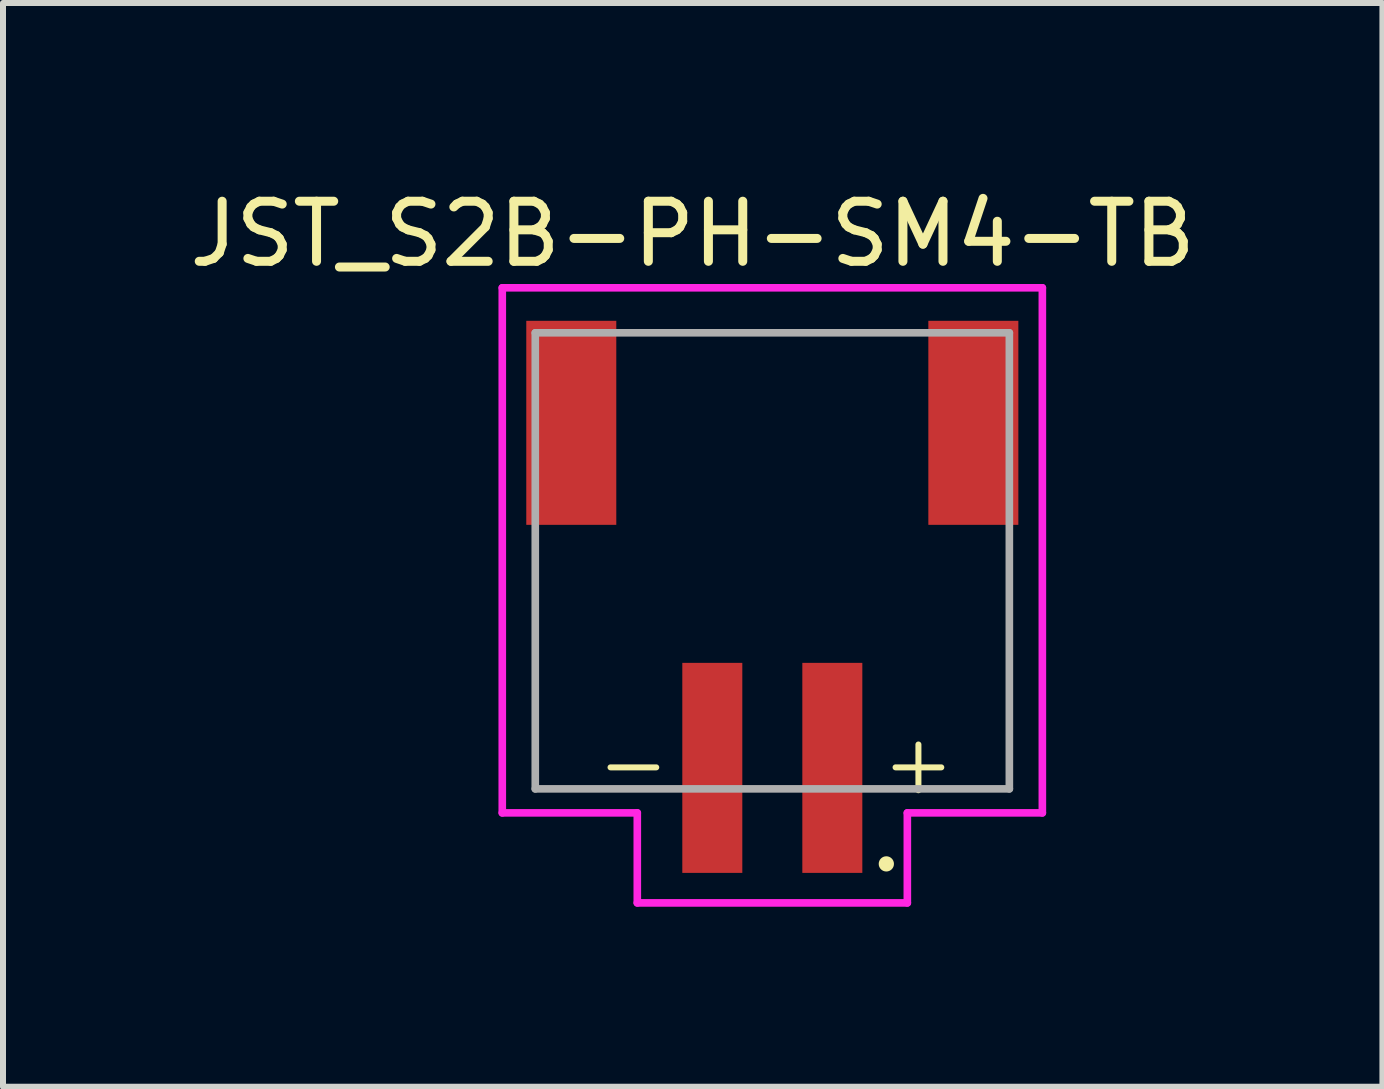
<source format=kicad_pcb>
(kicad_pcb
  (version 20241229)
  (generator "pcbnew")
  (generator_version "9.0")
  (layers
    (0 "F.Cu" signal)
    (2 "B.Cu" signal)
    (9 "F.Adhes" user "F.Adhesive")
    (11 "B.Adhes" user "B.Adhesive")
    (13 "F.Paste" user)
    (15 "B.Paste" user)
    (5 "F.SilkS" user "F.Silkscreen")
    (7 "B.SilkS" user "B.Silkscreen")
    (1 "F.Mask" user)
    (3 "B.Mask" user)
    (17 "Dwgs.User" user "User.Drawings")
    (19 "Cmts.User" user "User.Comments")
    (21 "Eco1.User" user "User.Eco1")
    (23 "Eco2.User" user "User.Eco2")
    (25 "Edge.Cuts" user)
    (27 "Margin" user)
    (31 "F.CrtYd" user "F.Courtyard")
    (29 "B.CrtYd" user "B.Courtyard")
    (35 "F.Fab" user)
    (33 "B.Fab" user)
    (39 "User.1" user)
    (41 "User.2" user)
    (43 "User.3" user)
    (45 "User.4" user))
  (footprint "JST_S2B-PH-SM4-TB"
    (layer "F.Cu")
    (at 9.82 9.746)
    (property "Reference" "JST_S2B-PH-SM4-TB" (at -1.327 -8.897 0) (layer "F.SilkS") (effects (font (size 1.001 1.001) (thickness 0.15))))
    (attr smd)
    (fp_circle (center 1.9 1.6) (end 2.027 1.6) (stroke (width 0) (type solid)) (fill yes) (layer "F.SilkS"))
    (fp_line (start -4.5 -8) (end 4.5 -8) (stroke (width 0.127) (type solid)) (layer "F.CrtYd"))
    (fp_line (start -4.5 0.75) (end -4.5 -8) (stroke (width 0.127) (type solid)) (layer "F.CrtYd"))
    (fp_line (start -2.25 0.75) (end -4.5 0.75) (stroke (width 0.127) (type solid)) (layer "F.CrtYd"))
    (fp_line (start -2.25 2.25) (end -2.25 0.75) (stroke (width 0.127) (type solid)) (layer "F.CrtYd"))
    (fp_line (start 2.25 0.75) (end 2.25 2.25) (stroke (width 0.127) (type solid)) (layer "F.CrtYd"))
    (fp_line (start 2.25 2.25) (end -2.25 2.25) (stroke (width 0.127) (type solid)) (layer "F.CrtYd"))
    (fp_line (start 4.5 -8) (end 4.5 0.75) (stroke (width 0.127) (type solid)) (layer "F.CrtYd"))
    (fp_line (start 4.5 0.75) (end 2.25 0.75) (stroke (width 0.127) (type solid)) (layer "F.CrtYd"))
    (fp_line (start -3.95 -7.25) (end -3.95 0.35) (stroke (width 0.127) (type solid)) (layer "F.Fab"))
    (fp_line (start -3.95 0.35) (end 3.95 0.35) (stroke (width 0.127) (type solid)) (layer "F.Fab"))
    (fp_line (start 3.95 -7.25) (end -3.95 -7.25) (stroke (width 0.127) (type solid)) (layer "F.Fab"))
    (fp_line (start 3.95 0.35) (end 3.95 -7.25) (stroke (width 0.127) (type solid)) (layer "F.Fab"))
    (fp_text user "+" (at 1.75 0.5 0) (unlocked yes) (layer "F.SilkS") (effects (font (size 1 1) (thickness 0.1)) (justify left bottom)))
    (fp_text user "-" (at -3 0.5 0) (unlocked yes) (layer "F.SilkS") (effects (font (size 1 1) (thickness 0.1)) (justify left bottom)))
    (pad "1" smd rect (at 1 0) (size 1 3.5) (layers "F.Cu" "F.Mask" "F.Paste"))
    (pad "2" smd rect (at -1 0) (size 1 3.5) (layers "F.Cu" "F.Mask" "F.Paste"))
    (pad "P1" smd rect (at 3.35 -5.75) (size 1.5 3.4) (layers "F.Cu" "F.Mask" "F.Paste"))
    (pad "P2" smd rect (at -3.35 -5.75) (size 1.5 3.4) (layers "F.Cu" "F.Mask" "F.Paste")))
  (gr_rect
    (start -3 -3)
    (end 19.987 15.06)
    (stroke (width 0.1) (type default))
    (fill no)
    (layer "Edge.Cuts")))
</source>
